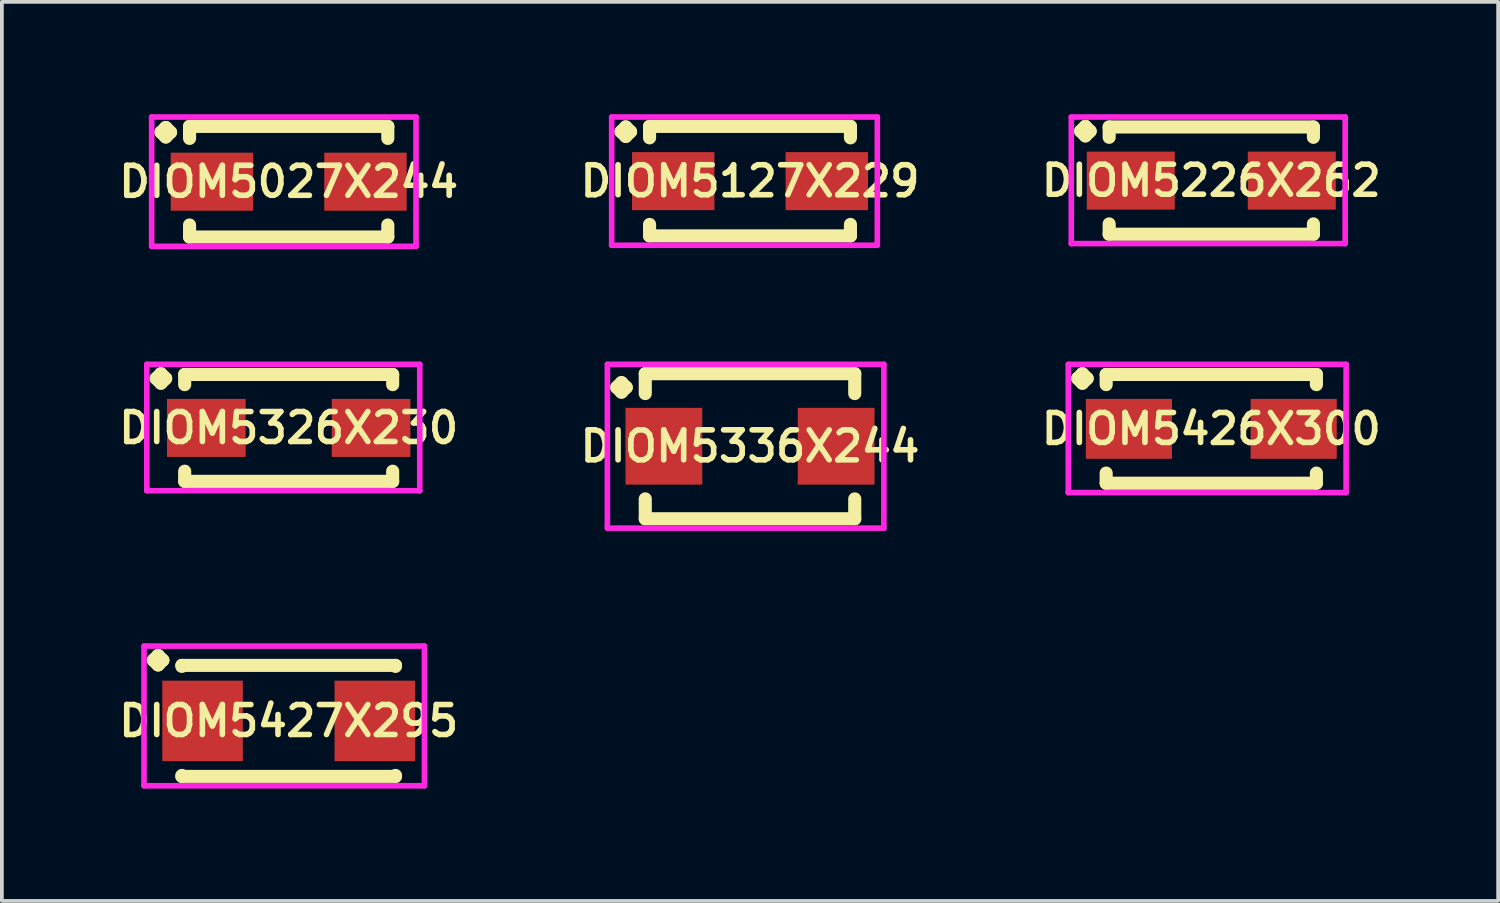
<source format=kicad_pcb>
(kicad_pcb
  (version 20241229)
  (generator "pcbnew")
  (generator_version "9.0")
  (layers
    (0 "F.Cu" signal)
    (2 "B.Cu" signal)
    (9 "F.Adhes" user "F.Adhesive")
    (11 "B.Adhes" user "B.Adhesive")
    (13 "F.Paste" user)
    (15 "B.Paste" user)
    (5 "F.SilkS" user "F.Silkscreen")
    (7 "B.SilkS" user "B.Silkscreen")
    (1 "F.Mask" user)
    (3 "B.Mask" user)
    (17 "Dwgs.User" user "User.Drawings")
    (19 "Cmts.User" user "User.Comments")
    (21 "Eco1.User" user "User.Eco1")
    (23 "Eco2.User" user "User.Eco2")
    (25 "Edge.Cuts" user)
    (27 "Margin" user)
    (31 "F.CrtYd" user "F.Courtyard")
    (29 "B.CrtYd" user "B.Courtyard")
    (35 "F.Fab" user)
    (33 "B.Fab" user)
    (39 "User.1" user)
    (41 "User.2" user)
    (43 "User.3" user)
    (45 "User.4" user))
  (footprint "DIOM5336X244"
    (layer "F.Cu")
    (at 16.978 8.866)
    (property "Reference" "DIOM5336X244" (at 0 0 0) (layer "F.SilkS") (effects (font (size 0.8 0.8) (thickness 0.15))))
    (attr through_hole)
    (fp_line (start -3.559 -1.571) (end -3.432 -1.698) (stroke (width 0.35) (type solid)) (layer "F.SilkS"))
    (fp_line (start -3.432 -1.698) (end -3.305 -1.571) (stroke (width 0.35) (type solid)) (layer "F.SilkS"))
    (fp_line (start -3.432 -1.444) (end -3.559 -1.571) (stroke (width 0.35) (type solid)) (layer "F.SilkS"))
    (fp_line (start -3.305 -1.571) (end -3.432 -1.444) (stroke (width 0.35) (type solid)) (layer "F.SilkS"))
    (fp_line (start -2.797 -1.937) (end 2.797 -1.937) (stroke (width 0.35) (type solid)) (layer "F.SilkS"))
    (fp_line (start -2.797 -1.406) (end -2.797 -1.937) (stroke (width 0.35) (type solid)) (layer "F.SilkS"))
    (fp_line (start -2.797 1.406) (end -2.797 1.937) (stroke (width 0.35) (type solid)) (layer "F.SilkS"))
    (fp_line (start -2.797 1.937) (end 2.797 1.937) (stroke (width 0.35) (type solid)) (layer "F.SilkS"))
    (fp_line (start 2.797 -1.937) (end 2.797 -1.406) (stroke (width 0.35) (type solid)) (layer "F.SilkS"))
    (fp_line (start 2.797 1.937) (end 2.797 1.406) (stroke (width 0.35) (type solid)) (layer "F.SilkS"))
    (fp_line (start -3.809 -2.187) (end 3.575 -2.187) (stroke (width 0.15) (type solid)) (layer "F.CrtYd"))
    (fp_line (start -3.809 2.187) (end -3.809 -2.187) (stroke (width 0.15) (type solid)) (layer "F.CrtYd"))
    (fp_line (start 3.575 -2.187) (end 3.575 2.187) (stroke (width 0.15) (type solid)) (layer "F.CrtYd"))
    (fp_line (start 3.575 2.187) (end -3.809 2.187) (stroke (width 0.15) (type solid)) (layer "F.CrtYd"))
    (pad "1" smd rect (at -2.3 0) (size 2.05 2.05) (layers "F.Cu" "F.Mask" "F.Paste"))
    (pad "2" smd rect (at 2.3 0) (size 2.05 2.05) (layers "F.Cu" "F.Mask" "F.Paste")))
  (footprint "DIOM5326X230"
    (layer "F.Cu")
    (at 4.659 8.377)
    (property "Reference" "DIOM5326X230" (at 0 0 0) (layer "F.SilkS") (effects (font (size 0.8 0.8) (thickness 0.15))))
    (attr through_hole)
    (fp_line (start -3.539 -1.321) (end -3.412 -1.448) (stroke (width 0.35) (type solid)) (layer "F.SilkS"))
    (fp_line (start -3.412 -1.448) (end -3.285 -1.321) (stroke (width 0.35) (type solid)) (layer "F.SilkS"))
    (fp_line (start -3.412 -1.194) (end -3.539 -1.321) (stroke (width 0.35) (type solid)) (layer "F.SilkS"))
    (fp_line (start -3.285 -1.321) (end -3.412 -1.194) (stroke (width 0.35) (type solid)) (layer "F.SilkS"))
    (fp_line (start -2.777 -1.427) (end 2.777 -1.427) (stroke (width 0.35) (type solid)) (layer "F.SilkS"))
    (fp_line (start -2.777 -1.156) (end -2.777 -1.427) (stroke (width 0.35) (type solid)) (layer "F.SilkS"))
    (fp_line (start -2.777 1.156) (end -2.777 1.427) (stroke (width 0.35) (type solid)) (layer "F.SilkS"))
    (fp_line (start -2.777 1.427) (end 2.777 1.427) (stroke (width 0.35) (type solid)) (layer "F.SilkS"))
    (fp_line (start 2.777 -1.427) (end 2.777 -1.156) (stroke (width 0.35) (type solid)) (layer "F.SilkS"))
    (fp_line (start 2.777 1.427) (end 2.777 1.156) (stroke (width 0.35) (type solid)) (layer "F.SilkS"))
    (fp_line (start -3.789 -1.698) (end 3.5 -1.698) (stroke (width 0.15) (type solid)) (layer "F.CrtYd"))
    (fp_line (start -3.789 1.677) (end -3.789 -1.698) (stroke (width 0.15) (type solid)) (layer "F.CrtYd"))
    (fp_line (start 3.5 -1.698) (end 3.5 1.677) (stroke (width 0.15) (type solid)) (layer "F.CrtYd"))
    (fp_line (start 3.5 1.677) (end -3.789 1.677) (stroke (width 0.15) (type solid)) (layer "F.CrtYd"))
    (pad "1" smd rect (at -2.2 0) (size 2.1 1.55) (layers "F.Cu" "F.Mask" "F.Paste"))
    (pad "2" smd rect (at 2.2 0) (size 2.1 1.55) (layers "F.Cu" "F.Mask" "F.Paste")))
  (footprint "DIOM5127X229"
    (layer "F.Cu")
    (at 16.978 1.787)
    (property "Reference" "DIOM5127X229" (at 0 0 0) (layer "F.SilkS") (effects (font (size 0.8 0.8) (thickness 0.15))))
    (attr through_hole)
    (fp_line (start -3.444 -1.321) (end -3.317 -1.448) (stroke (width 0.35) (type solid)) (layer "F.SilkS"))
    (fp_line (start -3.317 -1.448) (end -3.19 -1.321) (stroke (width 0.35) (type solid)) (layer "F.SilkS"))
    (fp_line (start -3.317 -1.194) (end -3.444 -1.321) (stroke (width 0.35) (type solid)) (layer "F.SilkS"))
    (fp_line (start -3.19 -1.321) (end -3.317 -1.194) (stroke (width 0.35) (type solid)) (layer "F.SilkS"))
    (fp_line (start -2.682 -1.462) (end 2.682 -1.462) (stroke (width 0.35) (type solid)) (layer "F.SilkS"))
    (fp_line (start -2.682 -1.156) (end -2.682 -1.462) (stroke (width 0.35) (type solid)) (layer "F.SilkS"))
    (fp_line (start -2.682 1.156) (end -2.682 1.462) (stroke (width 0.35) (type solid)) (layer "F.SilkS"))
    (fp_line (start -2.682 1.462) (end 2.682 1.462) (stroke (width 0.35) (type solid)) (layer "F.SilkS"))
    (fp_line (start 2.682 -1.462) (end 2.682 -1.156) (stroke (width 0.35) (type solid)) (layer "F.SilkS"))
    (fp_line (start 2.682 1.462) (end 2.682 1.156) (stroke (width 0.35) (type solid)) (layer "F.SilkS"))
    (fp_line (start -3.694 -1.712) (end 3.4 -1.712) (stroke (width 0.15) (type solid)) (layer "F.CrtYd"))
    (fp_line (start -3.694 1.712) (end -3.694 -1.712) (stroke (width 0.15) (type solid)) (layer "F.CrtYd"))
    (fp_line (start 3.4 -1.712) (end 3.4 1.712) (stroke (width 0.15) (type solid)) (layer "F.CrtYd"))
    (fp_line (start 3.4 1.712) (end -3.694 1.712) (stroke (width 0.15) (type solid)) (layer "F.CrtYd"))
    (pad "1" smd rect (at -2.05 0) (size 2.2 1.55) (layers "F.Cu" "F.Mask" "F.Paste"))
    (pad "2" smd rect (at 2.05 0) (size 2.2 1.55) (layers "F.Cu" "F.Mask" "F.Paste")))
  (footprint "DIOM5427X295"
    (layer "F.Cu")
    (at 4.659 16.201)
    (property "Reference" "DIOM5427X295" (at 0 0 0) (layer "F.SilkS") (effects (font (size 0.8 0.8) (thickness 0.15))))
    (attr through_hole)
    (fp_line (start -3.614 -1.621) (end -3.487 -1.748) (stroke (width 0.35) (type solid)) (layer "F.SilkS"))
    (fp_line (start -3.487 -1.748) (end -3.36 -1.621) (stroke (width 0.35) (type solid)) (layer "F.SilkS"))
    (fp_line (start -3.487 -1.494) (end -3.614 -1.621) (stroke (width 0.35) (type solid)) (layer "F.SilkS"))
    (fp_line (start -3.36 -1.621) (end -3.487 -1.494) (stroke (width 0.35) (type solid)) (layer "F.SilkS"))
    (fp_line (start -2.852 -1.482) (end 2.852 -1.482) (stroke (width 0.35) (type solid)) (layer "F.SilkS"))
    (fp_line (start -2.852 -1.456) (end -2.852 -1.482) (stroke (width 0.35) (type solid)) (layer "F.SilkS"))
    (fp_line (start -2.852 1.456) (end -2.852 1.482) (stroke (width 0.35) (type solid)) (layer "F.SilkS"))
    (fp_line (start -2.852 1.482) (end 2.852 1.482) (stroke (width 0.35) (type solid)) (layer "F.SilkS"))
    (fp_line (start 2.852 -1.482) (end 2.852 -1.456) (stroke (width 0.35) (type solid)) (layer "F.SilkS"))
    (fp_line (start 2.852 1.482) (end 2.852 1.456) (stroke (width 0.35) (type solid)) (layer "F.SilkS"))
    (fp_line (start -3.864 -1.998) (end 3.625 -1.998) (stroke (width 0.15) (type solid)) (layer "F.CrtYd"))
    (fp_line (start -3.864 1.732) (end -3.864 -1.998) (stroke (width 0.15) (type solid)) (layer "F.CrtYd"))
    (fp_line (start 3.625 -1.998) (end 3.625 1.732) (stroke (width 0.15) (type solid)) (layer "F.CrtYd"))
    (fp_line (start 3.625 1.732) (end -3.864 1.732) (stroke (width 0.15) (type solid)) (layer "F.CrtYd"))
    (pad "1" smd rect (at -2.3 0) (size 2.15 2.15) (layers "F.Cu" "F.Mask" "F.Paste"))
    (pad "2" smd rect (at 2.3 0) (size 2.15 2.15) (layers "F.Cu" "F.Mask" "F.Paste")))
  (footprint "DIOM5226X262"
    (layer "F.Cu")
    (at 29.296 1.773)
    (property "Reference" "DIOM5226X262" (at 0 0 0) (layer "F.SilkS") (effects (font (size 0.8 0.8) (thickness 0.15))))
    (attr smd)
    (fp_line (start -3.489 -1.321) (end -3.362 -1.448) (stroke (width 0.35) (type solid)) (layer "F.SilkS"))
    (fp_line (start -3.362 -1.448) (end -3.235 -1.321) (stroke (width 0.35) (type solid)) (layer "F.SilkS"))
    (fp_line (start -3.362 -1.194) (end -3.489 -1.321) (stroke (width 0.35) (type solid)) (layer "F.SilkS"))
    (fp_line (start -3.235 -1.321) (end -3.362 -1.194) (stroke (width 0.35) (type solid)) (layer "F.SilkS"))
    (fp_line (start -2.727 -1.432) (end 2.727 -1.432) (stroke (width 0.35) (type solid)) (layer "F.SilkS"))
    (fp_line (start -2.727 -1.156) (end -2.727 -1.432) (stroke (width 0.35) (type solid)) (layer "F.SilkS"))
    (fp_line (start -2.727 1.156) (end -2.727 1.432) (stroke (width 0.35) (type solid)) (layer "F.SilkS"))
    (fp_line (start -2.727 1.432) (end 2.727 1.432) (stroke (width 0.35) (type solid)) (layer "F.SilkS"))
    (fp_line (start 2.727 -1.432) (end 2.727 -1.156) (stroke (width 0.35) (type solid)) (layer "F.SilkS"))
    (fp_line (start 2.727 1.432) (end 2.727 1.156) (stroke (width 0.35) (type solid)) (layer "F.SilkS"))
    (fp_line (start -3.739 -1.698) (end 3.575 -1.698) (stroke (width 0.15) (type solid)) (layer "F.CrtYd"))
    (fp_line (start -3.739 1.682) (end -3.739 -1.698) (stroke (width 0.15) (type solid)) (layer "F.CrtYd"))
    (fp_line (start 3.575 -1.698) (end 3.575 1.682) (stroke (width 0.15) (type solid)) (layer "F.CrtYd"))
    (fp_line (start 3.575 1.682) (end -3.739 1.682) (stroke (width 0.15) (type solid)) (layer "F.CrtYd"))
    (pad "1" smd rect (at -2.15 0) (size 2.35 1.55) (layers "F.Cu" "F.Mask" "F.Paste"))
    (pad "2" smd rect (at 2.15 0) (size 2.35 1.55) (layers "F.Cu" "F.Mask" "F.Paste")))
  (footprint "DIOM5426X300"
    (layer "F.Cu")
    (at 29.296 8.402)
    (property "Reference" "DIOM5426X300" (at 0 0 0) (layer "F.SilkS") (effects (font (size 0.8 0.8) (thickness 0.15))))
    (attr smd)
    (fp_line (start -3.569 -1.346) (end -3.442 -1.473) (stroke (width 0.35) (type solid)) (layer "F.SilkS"))
    (fp_line (start -3.442 -1.473) (end -3.315 -1.346) (stroke (width 0.35) (type solid)) (layer "F.SilkS"))
    (fp_line (start -3.442 -1.219) (end -3.569 -1.346) (stroke (width 0.35) (type solid)) (layer "F.SilkS"))
    (fp_line (start -3.315 -1.346) (end -3.442 -1.219) (stroke (width 0.35) (type solid)) (layer "F.SilkS"))
    (fp_line (start -2.807 -1.452) (end 2.807 -1.452) (stroke (width 0.35) (type solid)) (layer "F.SilkS"))
    (fp_line (start -2.807 -1.181) (end -2.807 -1.452) (stroke (width 0.35) (type solid)) (layer "F.SilkS"))
    (fp_line (start -2.807 1.181) (end -2.807 1.452) (stroke (width 0.35) (type solid)) (layer "F.SilkS"))
    (fp_line (start -2.807 1.452) (end 2.807 1.452) (stroke (width 0.35) (type solid)) (layer "F.SilkS"))
    (fp_line (start 2.807 -1.452) (end 2.807 -1.181) (stroke (width 0.35) (type solid)) (layer "F.SilkS"))
    (fp_line (start 2.807 1.452) (end 2.807 1.181) (stroke (width 0.35) (type solid)) (layer "F.SilkS"))
    (fp_line (start -3.819 -1.723) (end 3.6 -1.723) (stroke (width 0.15) (type solid)) (layer "F.CrtYd"))
    (fp_line (start -3.819 1.702) (end -3.819 -1.723) (stroke (width 0.15) (type solid)) (layer "F.CrtYd"))
    (fp_line (start 3.6 -1.723) (end 3.6 1.702) (stroke (width 0.15) (type solid)) (layer "F.CrtYd"))
    (fp_line (start 3.6 1.702) (end -3.819 1.702) (stroke (width 0.15) (type solid)) (layer "F.CrtYd"))
    (pad "1" smd rect (at -2.2 0) (size 2.3 1.6) (layers "F.Cu" "F.Mask" "F.Paste"))
    (pad "2" smd rect (at 2.2 0) (size 2.3 1.6) (layers "F.Cu" "F.Mask" "F.Paste")))
  (footprint "DIOM5027X244"
    (layer "F.Cu")
    (at 4.659 1.802)
    (property "Reference" "DIOM5027X244" (at 0 0 0) (layer "F.SilkS") (effects (font (size 0.8 0.8) (thickness 0.15))))
    (attr through_hole)
    (fp_line (start -3.409 -1.321) (end -3.282 -1.448) (stroke (width 0.35) (type solid)) (layer "F.SilkS"))
    (fp_line (start -3.282 -1.448) (end -3.155 -1.321) (stroke (width 0.35) (type solid)) (layer "F.SilkS"))
    (fp_line (start -3.282 -1.194) (end -3.409 -1.321) (stroke (width 0.35) (type solid)) (layer "F.SilkS"))
    (fp_line (start -3.155 -1.321) (end -3.282 -1.194) (stroke (width 0.35) (type solid)) (layer "F.SilkS"))
    (fp_line (start -2.647 -1.477) (end 2.647 -1.477) (stroke (width 0.35) (type solid)) (layer "F.SilkS"))
    (fp_line (start -2.647 -1.156) (end -2.647 -1.477) (stroke (width 0.35) (type solid)) (layer "F.SilkS"))
    (fp_line (start -2.647 1.156) (end -2.647 1.477) (stroke (width 0.35) (type solid)) (layer "F.SilkS"))
    (fp_line (start -2.647 1.477) (end 2.647 1.477) (stroke (width 0.35) (type solid)) (layer "F.SilkS"))
    (fp_line (start 2.647 -1.477) (end 2.647 -1.156) (stroke (width 0.35) (type solid)) (layer "F.SilkS"))
    (fp_line (start 2.647 1.477) (end 2.647 1.156) (stroke (width 0.35) (type solid)) (layer "F.SilkS"))
    (fp_line (start -3.659 -1.727) (end 3.4 -1.727) (stroke (width 0.15) (type solid)) (layer "F.CrtYd"))
    (fp_line (start -3.659 1.727) (end -3.659 -1.727) (stroke (width 0.15) (type solid)) (layer "F.CrtYd"))
    (fp_line (start 3.4 -1.727) (end 3.4 1.727) (stroke (width 0.15) (type solid)) (layer "F.CrtYd"))
    (fp_line (start 3.4 1.727) (end -3.659 1.727) (stroke (width 0.15) (type solid)) (layer "F.CrtYd"))
    (pad "1" smd rect (at -2.05 0) (size 2.2 1.55) (layers "F.Cu" "F.Mask" "F.Paste"))
    (pad "2" smd rect (at 2.05 0) (size 2.2 1.55) (layers "F.Cu" "F.Mask" "F.Paste")))
  (gr_rect
    (start -3 -3)
    (end 36.956 21.008)
    (stroke (width 0.1) (type default))
    (fill no)
    (layer "Edge.Cuts")))
</source>
